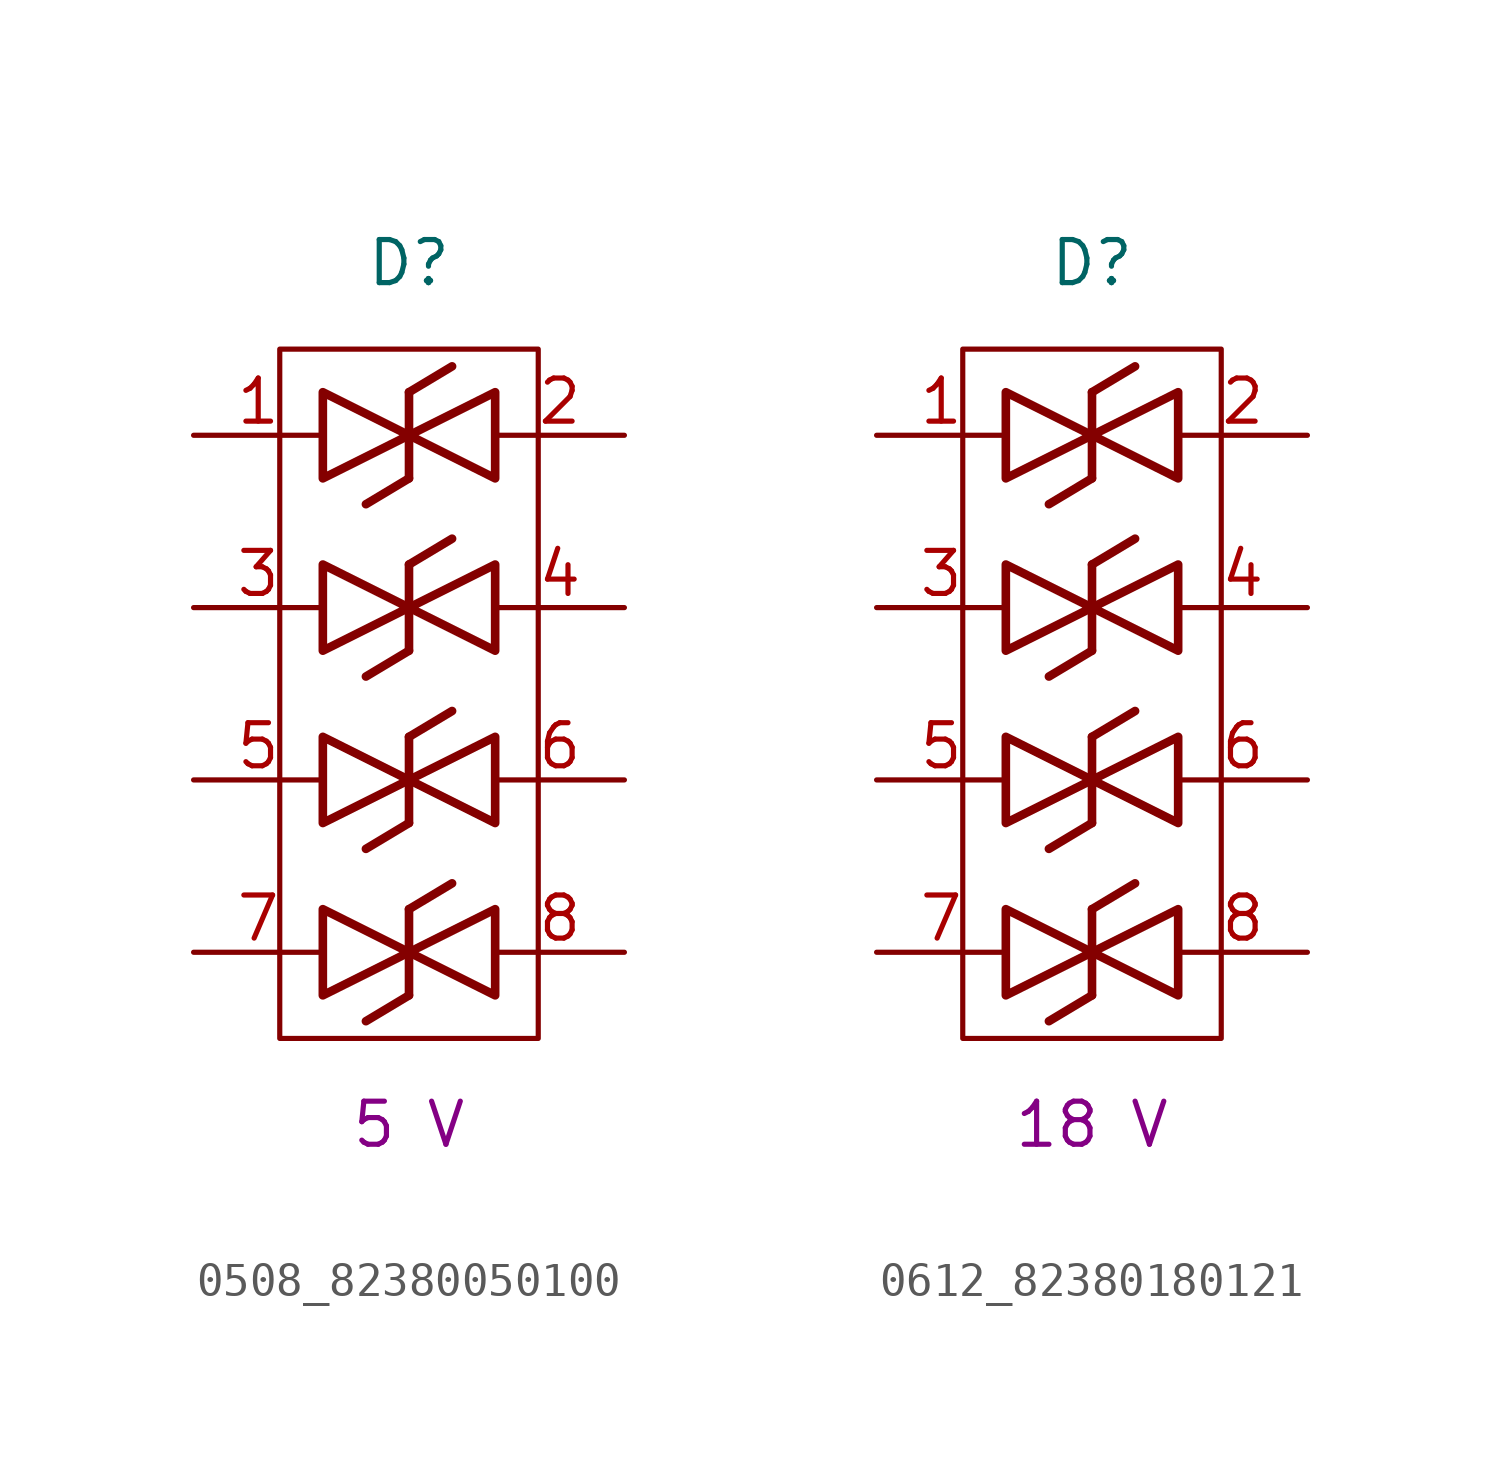
<source format=kicad_sym>
(kicad_symbol_lib
  (version 20220914)
  (generator kicad_symbol_editor)
  (symbol "0508_82380050100"
    (pin_names hide)
    (property "Reference" "D"
      (at 0 12.7 0)
      (effects (font (size 1.27 1.27))))
    (property "Critical Parameter" "5 V"
      (at 0 -12.7 0)
      (effects (font (size 1.27 1.27))))
    (symbol "0508_82380050100_0_1"
      (rectangle (start -3.81 10.16) (end 3.81 -10.16) (stroke (width 0) (type default)) (fill (type none)))
      (polyline (pts (xy -2.54 -6.35) (xy -2.54 -8.89) (xy 2.54 -6.35) (xy 2.54 -8.89) (xy -2.54 -6.35)) (stroke (width 0.254) (type default)) (fill (type none)))
      (polyline (pts (xy -2.54 -1.27) (xy -2.54 -3.81) (xy 2.54 -1.27) (xy 2.54 -3.81) (xy -2.54 -1.27)) (stroke (width 0.254) (type default)) (fill (type none)))
      (polyline (pts (xy -2.54 3.81) (xy -2.54 1.27) (xy 2.54 3.81) (xy 2.54 1.27) (xy -2.54 3.81)) (stroke (width 0.254) (type default)) (fill (type none)))
      (polyline (pts (xy -2.54 8.89) (xy -2.54 6.35) (xy 2.54 8.89) (xy 2.54 6.35) (xy -2.54 8.89)) (stroke (width 0.254) (type default)) (fill (type none))))
    (symbol "0508_82380050100_1_1"
      (polyline (pts (xy 0 -8.89) (xy -1.27 -9.652)) (stroke (width 0.254) (type default)) (fill (type none)))
      (polyline (pts (xy 0 -6.35) (xy 0 -8.89)) (stroke (width 0.254) (type default)) (fill (type none)))
      (polyline (pts (xy 0 -6.35) (xy 1.27 -5.588)) (stroke (width 0.254) (type default)) (fill (type none)))
      (polyline (pts (xy 0 -3.81) (xy -1.27 -4.572)) (stroke (width 0.254) (type default)) (fill (type none)))
      (polyline (pts (xy 0 -1.27) (xy 0 -3.81)) (stroke (width 0.254) (type default)) (fill (type none)))
      (polyline (pts (xy 0 -1.27) (xy 1.27 -0.508)) (stroke (width 0.254) (type default)) (fill (type none)))
      (polyline (pts (xy 0 1.27) (xy -1.27 0.508)) (stroke (width 0.254) (type default)) (fill (type none)))
      (polyline (pts (xy 0 3.81) (xy 0 1.27)) (stroke (width 0.254) (type default)) (fill (type none)))
      (polyline (pts (xy 0 3.81) (xy 1.27 4.572)) (stroke (width 0.254) (type default)) (fill (type none)))
      (polyline (pts (xy 0 6.35) (xy -1.27 5.588)) (stroke (width 0.254) (type default)) (fill (type none)))
      (polyline (pts (xy 0 8.89) (xy 0 6.35)) (stroke (width 0.254) (type default)) (fill (type none)))
      (polyline (pts (xy 0 8.89) (xy 1.27 9.652)) (stroke (width 0.254) (type default)) (fill (type none)))
      (pin passive line (at -6.35 7.62 0) (length 3.81) (name "1" (effects (font (size 1.27 1.27)))) (number "1" (effects (font (size 1.27 1.27)))))
      (pin passive line (at 6.35 7.62 180) (length 3.81) (name "2" (effects (font (size 1.27 1.27)))) (number "2" (effects (font (size 1.27 1.27)))))
      (pin passive line (at -6.35 2.54 0) (length 3.81) (name "3" (effects (font (size 1.27 1.27)))) (number "3" (effects (font (size 1.27 1.27)))))
      (pin passive line (at 6.35 2.54 180) (length 3.81) (name "4" (effects (font (size 1.27 1.27)))) (number "4" (effects (font (size 1.27 1.27)))))
      (pin passive line (at -6.35 -2.54 0) (length 3.81) (name "5" (effects (font (size 1.27 1.27)))) (number "5" (effects (font (size 1.27 1.27)))))
      (pin passive line (at 6.35 -2.54 180) (length 3.81) (name "6" (effects (font (size 1.27 1.27)))) (number "6" (effects (font (size 1.27 1.27)))))
      (pin passive line (at -6.35 -7.62 0) (length 3.81) (name "7" (effects (font (size 1.27 1.27)))) (number "7" (effects (font (size 1.27 1.27)))))
      (pin passive line (at 6.35 -7.62 180) (length 3.81) (name "8" (effects (font (size 1.27 1.27)))) (number "8" (effects (font (size 1.27 1.27)))))))
  (symbol "0612_82380180121"
    (pin_names hide)
    (property "Reference" "D"
      (at 0 12.7 0)
      (effects (font (size 1.27 1.27))))
    (property "Critical Parameter" "18 V"
      (at 0 -12.7 0)
      (effects (font (size 1.27 1.27))))
    (symbol "0612_82380180121_0_1"
      (rectangle (start -3.81 10.16) (end 3.81 -10.16) (stroke (width 0) (type default)) (fill (type none)))
      (polyline (pts (xy -2.54 -6.35) (xy -2.54 -8.89) (xy 2.54 -6.35) (xy 2.54 -8.89) (xy -2.54 -6.35)) (stroke (width 0.254) (type default)) (fill (type none)))
      (polyline (pts (xy -2.54 -1.27) (xy -2.54 -3.81) (xy 2.54 -1.27) (xy 2.54 -3.81) (xy -2.54 -1.27)) (stroke (width 0.254) (type default)) (fill (type none)))
      (polyline (pts (xy -2.54 3.81) (xy -2.54 1.27) (xy 2.54 3.81) (xy 2.54 1.27) (xy -2.54 3.81)) (stroke (width 0.254) (type default)) (fill (type none)))
      (polyline (pts (xy -2.54 8.89) (xy -2.54 6.35) (xy 2.54 8.89) (xy 2.54 6.35) (xy -2.54 8.89)) (stroke (width 0.254) (type default)) (fill (type none))))
    (symbol "0612_82380180121_1_1"
      (polyline (pts (xy 0 -8.89) (xy -1.27 -9.652)) (stroke (width 0.254) (type default)) (fill (type none)))
      (polyline (pts (xy 0 -6.35) (xy 0 -8.89)) (stroke (width 0.254) (type default)) (fill (type none)))
      (polyline (pts (xy 0 -6.35) (xy 1.27 -5.588)) (stroke (width 0.254) (type default)) (fill (type none)))
      (polyline (pts (xy 0 -3.81) (xy -1.27 -4.572)) (stroke (width 0.254) (type default)) (fill (type none)))
      (polyline (pts (xy 0 -1.27) (xy 0 -3.81)) (stroke (width 0.254) (type default)) (fill (type none)))
      (polyline (pts (xy 0 -1.27) (xy 1.27 -0.508)) (stroke (width 0.254) (type default)) (fill (type none)))
      (polyline (pts (xy 0 1.27) (xy -1.27 0.508)) (stroke (width 0.254) (type default)) (fill (type none)))
      (polyline (pts (xy 0 3.81) (xy 0 1.27)) (stroke (width 0.254) (type default)) (fill (type none)))
      (polyline (pts (xy 0 3.81) (xy 1.27 4.572)) (stroke (width 0.254) (type default)) (fill (type none)))
      (polyline (pts (xy 0 6.35) (xy -1.27 5.588)) (stroke (width 0.254) (type default)) (fill (type none)))
      (polyline (pts (xy 0 8.89) (xy 0 6.35)) (stroke (width 0.254) (type default)) (fill (type none)))
      (polyline (pts (xy 0 8.89) (xy 1.27 9.652)) (stroke (width 0.254) (type default)) (fill (type none)))
      (pin passive line (at -6.35 7.62 0) (length 3.81) (name "1" (effects (font (size 1.27 1.27)))) (number "1" (effects (font (size 1.27 1.27)))))
      (pin passive line (at 6.35 7.62 180) (length 3.81) (name "2" (effects (font (size 1.27 1.27)))) (number "2" (effects (font (size 1.27 1.27)))))
      (pin passive line (at -6.35 2.54 0) (length 3.81) (name "3" (effects (font (size 1.27 1.27)))) (number "3" (effects (font (size 1.27 1.27)))))
      (pin passive line (at 6.35 2.54 180) (length 3.81) (name "4" (effects (font (size 1.27 1.27)))) (number "4" (effects (font (size 1.27 1.27)))))
      (pin passive line (at -6.35 -2.54 0) (length 3.81) (name "5" (effects (font (size 1.27 1.27)))) (number "5" (effects (font (size 1.27 1.27)))))
      (pin passive line (at 6.35 -2.54 180) (length 3.81) (name "6" (effects (font (size 1.27 1.27)))) (number "6" (effects (font (size 1.27 1.27)))))
      (pin passive line (at -6.35 -7.62 0) (length 3.81) (name "7" (effects (font (size 1.27 1.27)))) (number "7" (effects (font (size 1.27 1.27)))))
      (pin passive line (at 6.35 -7.62 180) (length 3.81) (name "8" (effects (font (size 1.27 1.27)))) (number "8" (effects (font (size 1.27 1.27))))))))
</source>
